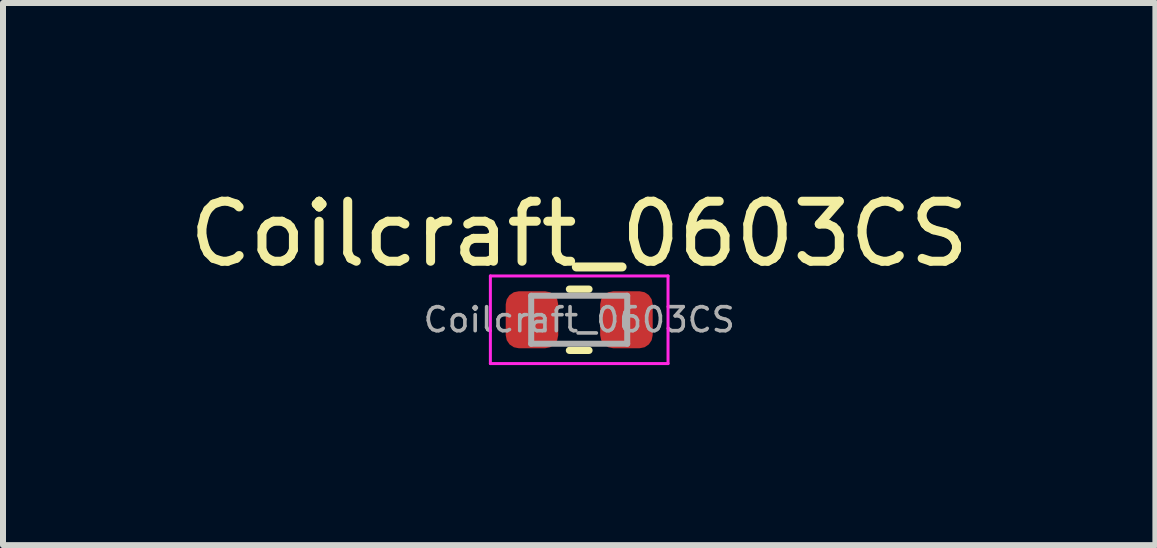
<source format=kicad_pcb>
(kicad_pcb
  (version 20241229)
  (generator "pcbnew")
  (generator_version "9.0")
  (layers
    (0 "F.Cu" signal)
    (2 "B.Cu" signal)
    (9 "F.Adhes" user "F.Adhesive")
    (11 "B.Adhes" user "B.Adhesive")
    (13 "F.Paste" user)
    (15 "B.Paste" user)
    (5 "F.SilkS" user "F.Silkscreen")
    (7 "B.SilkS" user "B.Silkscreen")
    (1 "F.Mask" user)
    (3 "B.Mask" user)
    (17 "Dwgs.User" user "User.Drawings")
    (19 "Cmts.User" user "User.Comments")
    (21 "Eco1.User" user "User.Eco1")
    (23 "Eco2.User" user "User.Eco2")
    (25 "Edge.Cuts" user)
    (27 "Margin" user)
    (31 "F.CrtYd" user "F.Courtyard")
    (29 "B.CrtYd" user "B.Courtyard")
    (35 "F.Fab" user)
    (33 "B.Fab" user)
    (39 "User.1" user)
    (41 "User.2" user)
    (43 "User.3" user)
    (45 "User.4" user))
  (footprint "Coilcraft_0603CS"
    (layer "F.Cu")
    (at 6.601 2.278)
    (property "Reference" "Coilcraft_0603CS" (at 0 -1.43 0) (layer "F.SilkS") (effects (font (size 1 1) (thickness 0.15))))
    (attr smd)
    (fp_line (start -0.163 -0.51) (end 0.163 -0.51) (stroke (width 0.12) (type solid)) (layer "F.SilkS"))
    (fp_line (start -0.163 0.51) (end 0.163 0.51) (stroke (width 0.12) (type solid)) (layer "F.SilkS"))
    (fp_line (start -1.48 -0.73) (end 1.48 -0.73) (stroke (width 0.05) (type solid)) (layer "F.CrtYd"))
    (fp_line (start -1.48 0.73) (end -1.48 -0.73) (stroke (width 0.05) (type solid)) (layer "F.CrtYd"))
    (fp_line (start 1.48 -0.73) (end 1.48 0.73) (stroke (width 0.05) (type solid)) (layer "F.CrtYd"))
    (fp_line (start 1.48 0.73) (end -1.48 0.73) (stroke (width 0.05) (type solid)) (layer "F.CrtYd"))
    (fp_line (start -0.8 -0.4) (end 0.8 -0.4) (stroke (width 0.1) (type solid)) (layer "F.Fab"))
    (fp_line (start -0.8 0.4) (end -0.8 -0.4) (stroke (width 0.1) (type solid)) (layer "F.Fab"))
    (fp_line (start 0.8 -0.4) (end 0.8 0.4) (stroke (width 0.1) (type solid)) (layer "F.Fab"))
    (fp_line (start 0.8 0.4) (end -0.8 0.4) (stroke (width 0.1) (type solid)) (layer "F.Fab"))
    (fp_text user "${REFERENCE}" (at 0 0 0) (layer "F.Fab") (effects (font (size 0.4 0.4) (thickness 0.06))))
    (pad "1" smd roundrect (at -0.787 0) (size 0.875 0.95) (layers "F.Cu" "F.Mask" "F.Paste") (roundrect_rratio 0.25))
    (pad "2" smd roundrect (at 0.787 0) (size 0.875 0.95) (layers "F.Cu" "F.Mask" "F.Paste") (roundrect_rratio 0.25)))
  (gr_rect
    (start -3 -3)
    (end 16.202 6.033)
    (stroke (width 0.1) (type default))
    (fill no)
    (layer "Edge.Cuts")))
</source>
